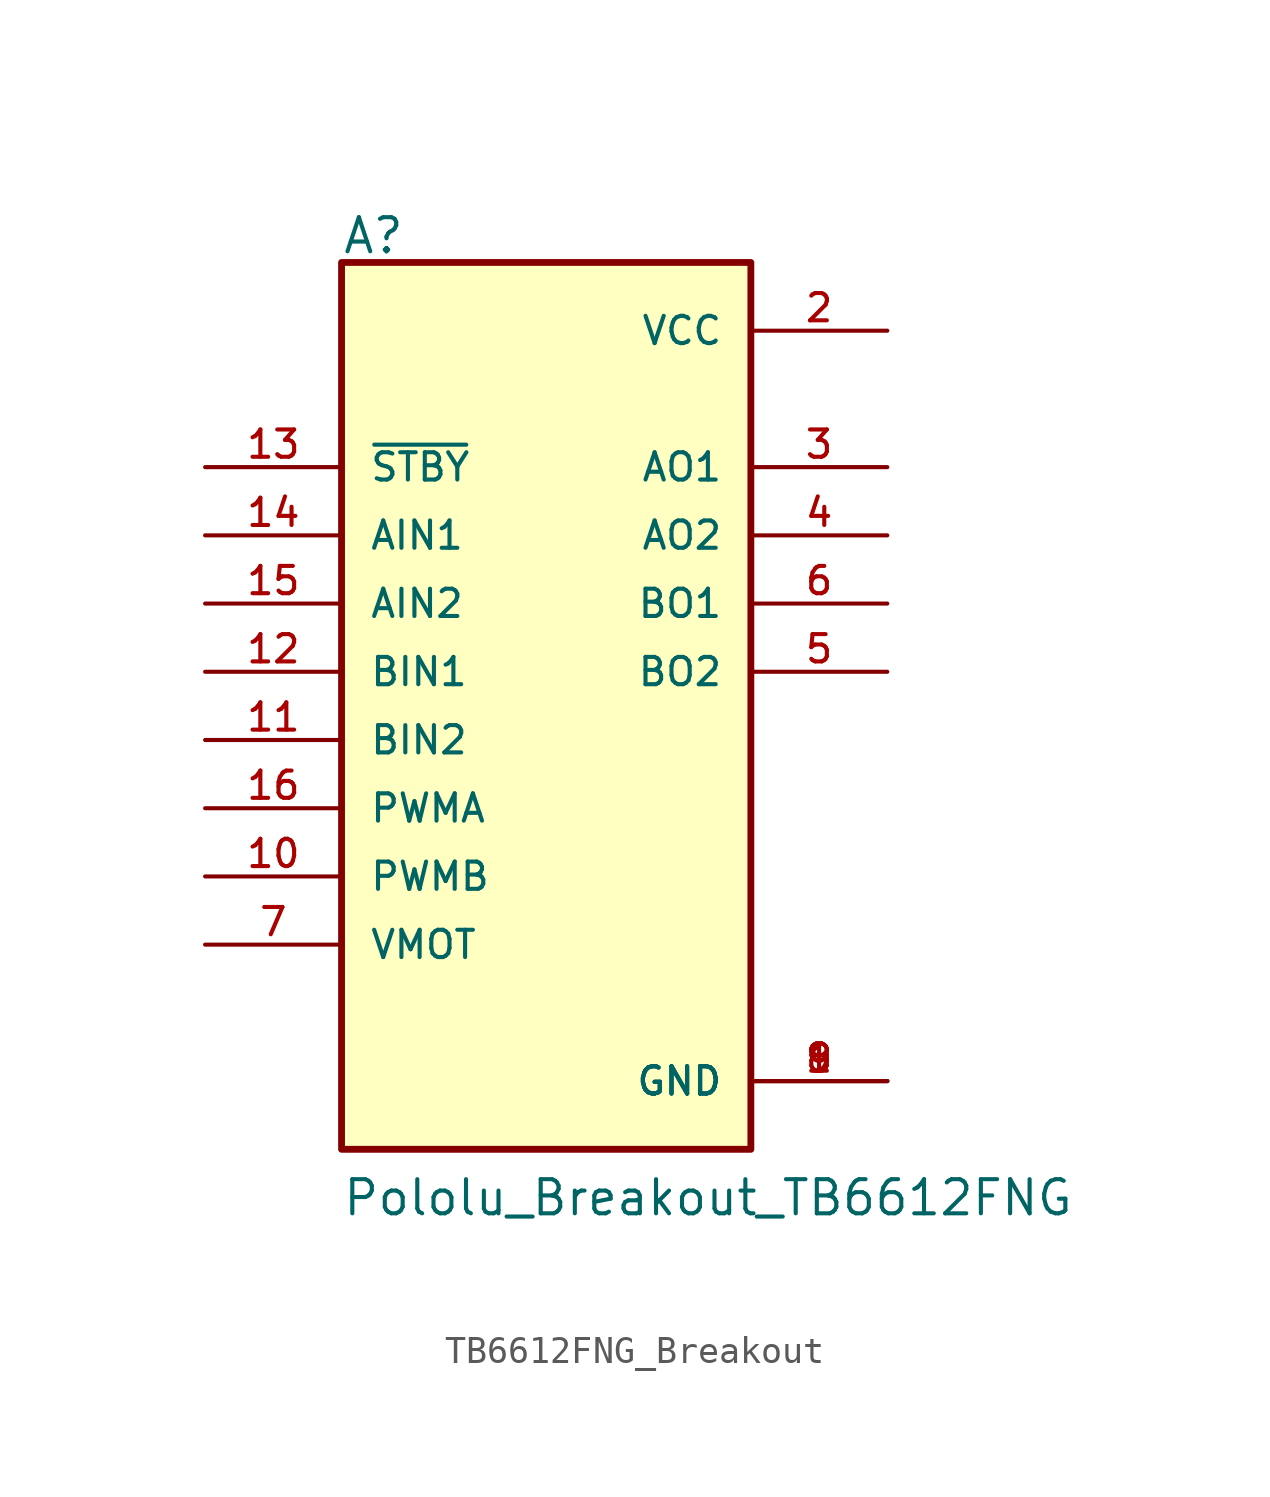
<source format=kicad_sym>
(kicad_symbol_lib
  (version 20241209)
  (generator "kicad_symbol_editor")
  (generator_version "9.0")
  (symbol "TB6612FNG_Breakout"
    (pin_names
      (offset 1.016))
    (property "Reference" "A"
      (at -7.62 15.494 0)
      (effects (font (size 1.27 1.27)) (justify left bottom)))
    (property "Value" "Pololu_Breakout_TB6612FNG"
      (at -7.622 -20.326 0)
      (effects (font (size 1.27 1.27)) (justify left bottom)))
    (symbol "TB6612FNG_Breakout_0_0"
      (rectangle (start -7.62 15.24) (end 7.62 -17.78) (stroke (width 0.254) (type default)) (fill (type background)))
      (pin input line (at -12.7 7.62 0) (length 5.08) (name "~{STBY}" (effects (font (size 1.016 1.016)))) (number "13" (effects (font (size 1.016 1.016)))))
      (pin input line (at -12.7 5.08 0) (length 5.08) (name "AIN1" (effects (font (size 1.016 1.016)))) (number "14" (effects (font (size 1.016 1.016)))))
      (pin input line (at -12.7 2.54 0) (length 5.08) (name "AIN2" (effects (font (size 1.016 1.016)))) (number "15" (effects (font (size 1.016 1.016)))))
      (pin input line (at -12.7 0 0) (length 5.08) (name "BIN1" (effects (font (size 1.016 1.016)))) (number "12" (effects (font (size 1.016 1.016)))))
      (pin input line (at -12.7 -2.54 0) (length 5.08) (name "BIN2" (effects (font (size 1.016 1.016)))) (number "11" (effects (font (size 1.016 1.016)))))
      (pin input line (at -12.7 -5.08 0) (length 5.08) (name "PWMA" (effects (font (size 1.016 1.016)))) (number "16" (effects (font (size 1.016 1.016)))))
      (pin input line (at -12.7 -7.62 0) (length 5.08) (name "PWMB" (effects (font (size 1.016 1.016)))) (number "10" (effects (font (size 1.016 1.016)))))
      (pin input line (at -12.7 -10.16 0) (length 5.08) (name "VMOT" (effects (font (size 1.016 1.016)))) (number "7" (effects (font (size 1.016 1.016)))))
      (pin power_in line (at 12.7 12.7 180) (length 5.08) (name "VCC" (effects (font (size 1.016 1.016)))) (number "2" (effects (font (size 1.016 1.016)))))
      (pin output line (at 12.7 7.62 180) (length 5.08) (name "AO1" (effects (font (size 1.016 1.016)))) (number "3" (effects (font (size 1.016 1.016)))))
      (pin output line (at 12.7 5.08 180) (length 5.08) (name "AO2" (effects (font (size 1.016 1.016)))) (number "4" (effects (font (size 1.016 1.016)))))
      (pin output line (at 12.7 2.54 180) (length 5.08) (name "BO1" (effects (font (size 1.016 1.016)))) (number "6" (effects (font (size 1.016 1.016)))))
      (pin output line (at 12.7 0 180) (length 5.08) (name "BO2" (effects (font (size 1.016 1.016)))) (number "5" (effects (font (size 1.016 1.016)))))
      (pin power_in line (at 12.7 -15.24 180) (length 5.08) (name "GND" (effects (font (size 1.016 1.016)))) (number "1" (effects (font (size 1.016 1.016)))))
      (pin power_in line (at 12.7 -15.24 180) (length 5.08) (name "GND" (effects (font (size 1.016 1.016)))) (number "8" (effects (font (size 1.016 1.016)))))
      (pin power_in line (at 12.7 -15.24 180) (length 5.08) (name "GND" (effects (font (size 1.016 1.016)))) (number "9" (effects (font (size 1.016 1.016))))))))
</source>
